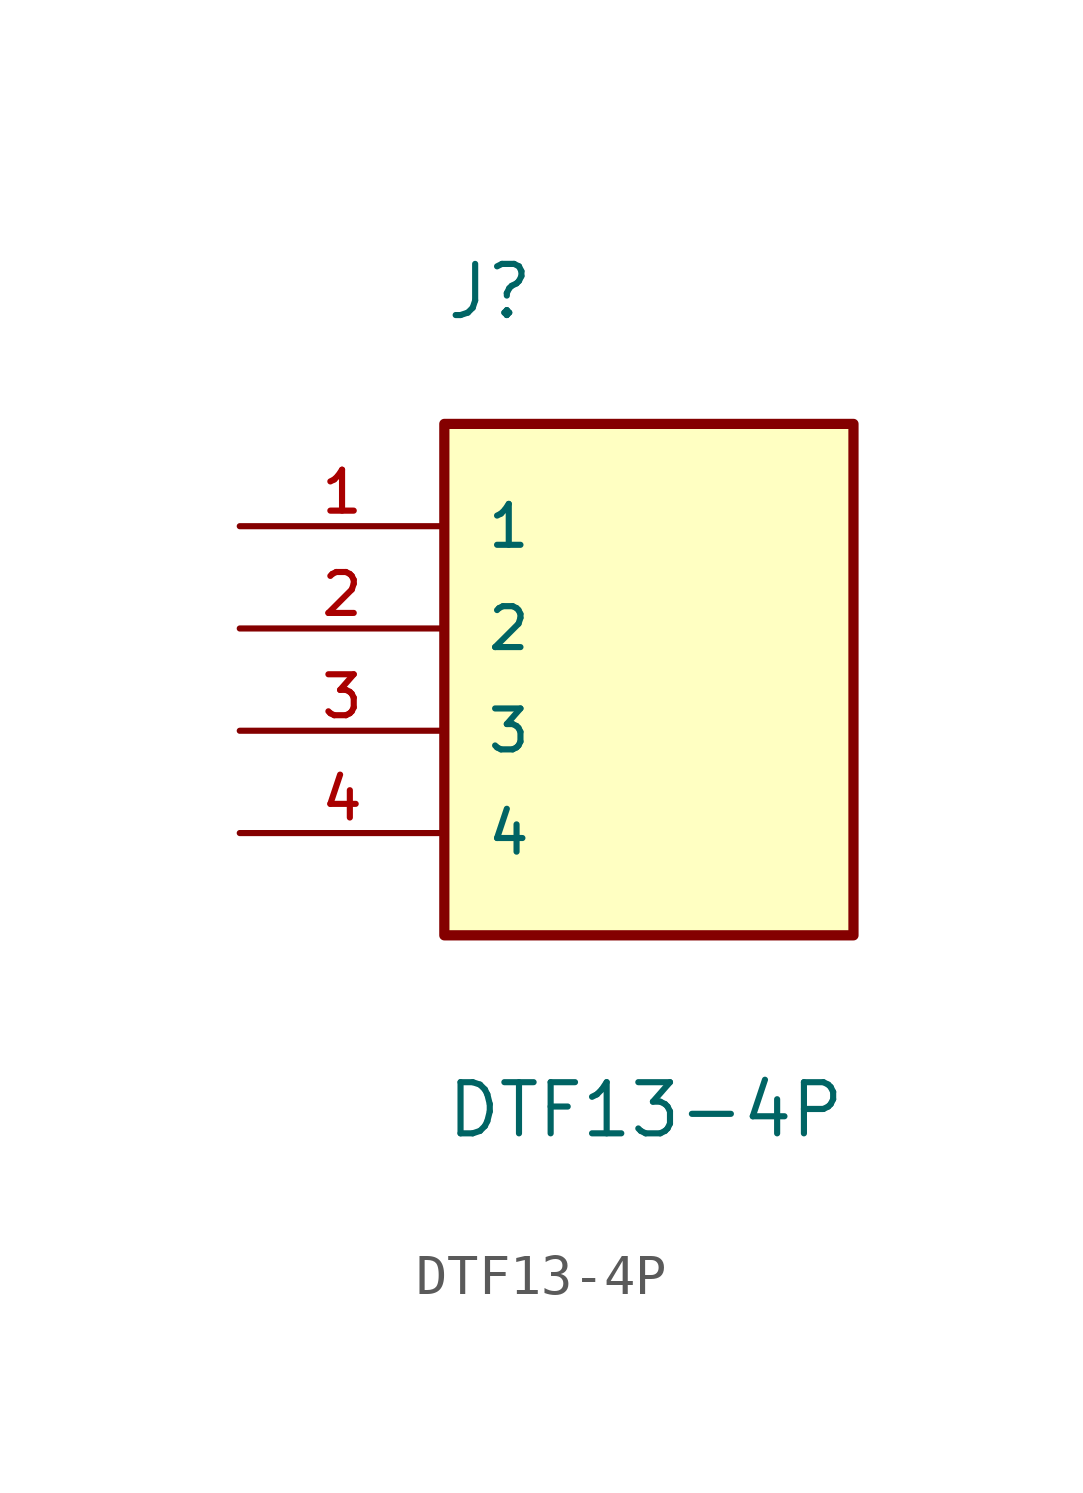
<source format=kicad_sym>
(kicad_symbol_lib
  (version 20231120)
  (generator "kicad_symbol_editor")
  (generator_version "8.0")
  (symbol "DTF13-4P"
    (pin_names
      (offset 1.016))
    (property "Reference" "J"
      (at -5.08 7.62 0)
      (effects (font (size 1.27 1.27)) (justify left bottom)))
    (property "Value" "DTF13-4P"
      (at -5.08 -12.7 0)
      (effects (font (size 1.27 1.27)) (justify left bottom)))
    (property "ki_locked" ""
      (at 0 0 0)
      (effects (font (size 1.27 1.27))))
    (symbol "DTF13-4P_0_0"
      (rectangle (start -5.08 -7.62) (end 5.08 5.08) (stroke (width 0.254) (type solid)) (fill (type background)))
      (pin passive line (at -10.16 2.54 0) (length 5.08) (name "1" (effects (font (size 1.016 1.016)))) (number "1" (effects (font (size 1.016 1.016)))))
      (pin passive line (at -10.16 0 0) (length 5.08) (name "2" (effects (font (size 1.016 1.016)))) (number "2" (effects (font (size 1.016 1.016)))))
      (pin passive line (at -10.16 -2.54 0) (length 5.08) (name "3" (effects (font (size 1.016 1.016)))) (number "3" (effects (font (size 1.016 1.016)))))
      (pin passive line (at -10.16 -5.08 0) (length 5.08) (name "4" (effects (font (size 1.016 1.016)))) (number "4" (effects (font (size 1.016 1.016))))))))
</source>
